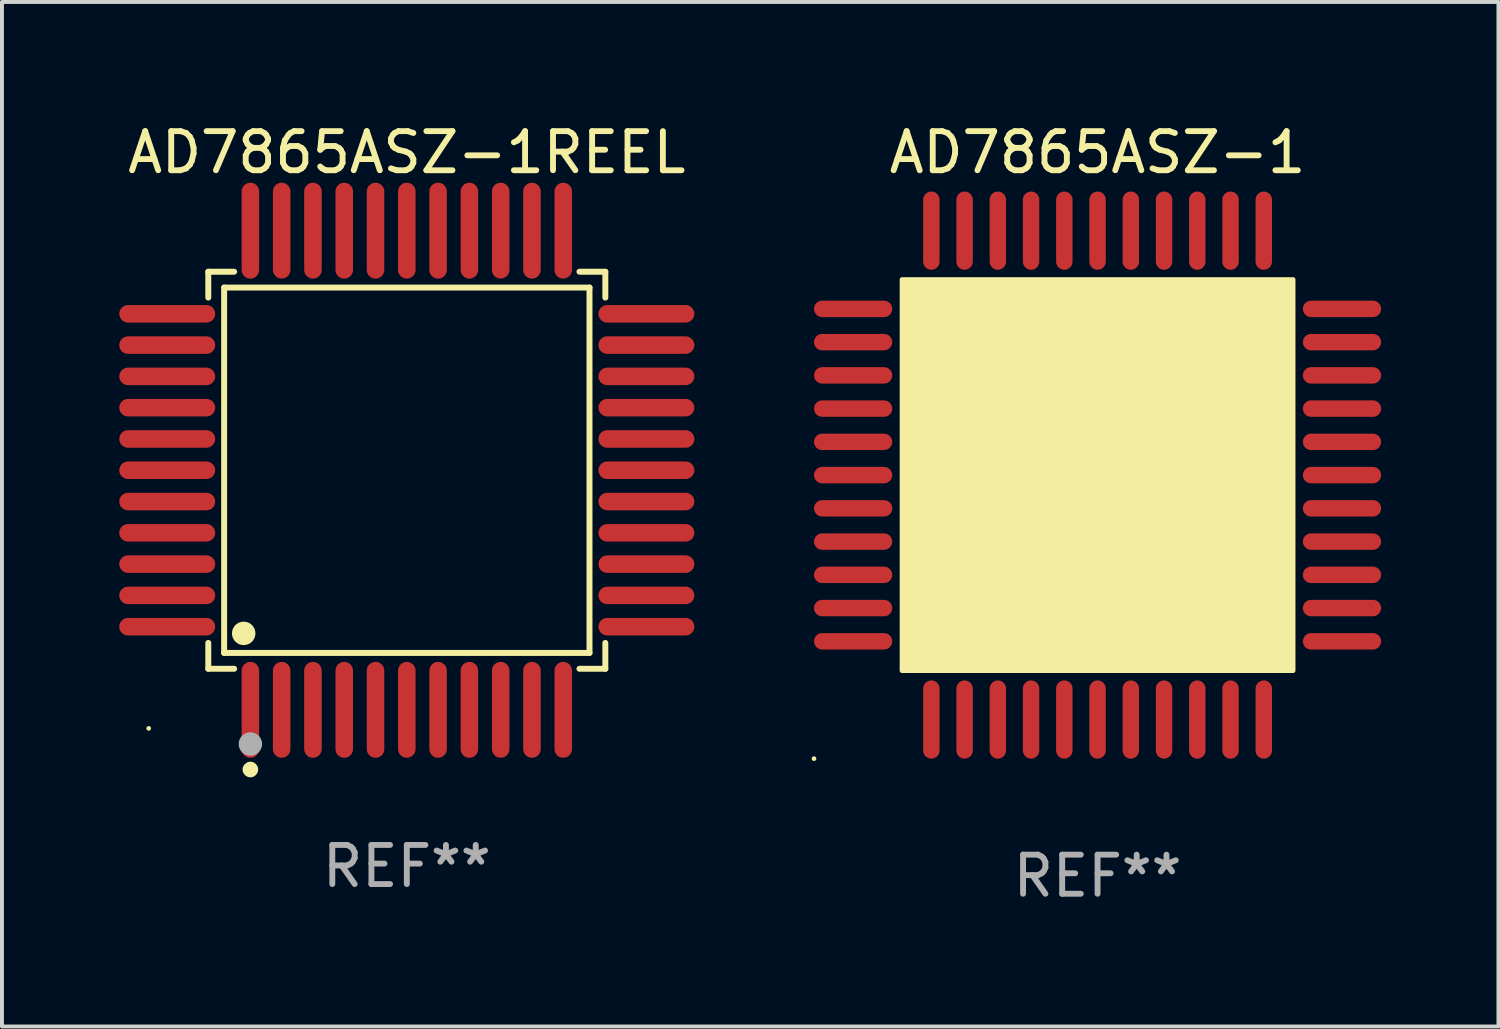
<source format=kicad_pcb>
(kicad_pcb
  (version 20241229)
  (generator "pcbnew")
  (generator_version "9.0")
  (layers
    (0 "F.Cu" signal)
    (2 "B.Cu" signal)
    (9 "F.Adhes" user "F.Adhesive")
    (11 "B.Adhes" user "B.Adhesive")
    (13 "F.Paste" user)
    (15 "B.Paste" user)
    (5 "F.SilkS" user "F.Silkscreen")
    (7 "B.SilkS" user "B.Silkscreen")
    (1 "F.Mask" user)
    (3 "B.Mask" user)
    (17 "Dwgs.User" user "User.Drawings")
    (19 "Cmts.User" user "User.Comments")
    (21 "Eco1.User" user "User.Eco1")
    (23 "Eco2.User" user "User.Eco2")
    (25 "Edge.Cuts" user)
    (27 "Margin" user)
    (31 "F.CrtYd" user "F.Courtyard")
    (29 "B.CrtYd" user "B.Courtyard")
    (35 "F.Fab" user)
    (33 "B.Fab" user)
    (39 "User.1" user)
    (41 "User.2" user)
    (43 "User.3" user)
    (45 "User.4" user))
  (footprint "AD7865ASZ-1REEL"
    (layer "F.Cu")
    (at 7.352 8.974)
    (property "Reference" "AD7865ASZ-1REEL" (at 0 -8.126 0) (layer "F.SilkS") (effects (font (size 1 1) (thickness 0.15))))
    (attr through_hole)
    (fp_line (start -5.076 -5.076) (end -4.415 -5.076) (stroke (width 0.152) (type solid)) (layer "F.SilkS"))
    (fp_line (start -5.076 -4.415) (end -5.076 -5.076) (stroke (width 0.152) (type solid)) (layer "F.SilkS"))
    (fp_line (start -5.076 4.415) (end -5.076 5.076) (stroke (width 0.152) (type solid)) (layer "F.SilkS"))
    (fp_line (start -5.076 5.076) (end -4.415 5.076) (stroke (width 0.152) (type solid)) (layer "F.SilkS"))
    (fp_line (start -4.671 -4.671) (end 4.671 -4.671) (stroke (width 0.152) (type solid)) (layer "F.SilkS"))
    (fp_line (start -4.671 4.671) (end -4.671 -4.671) (stroke (width 0.152) (type solid)) (layer "F.SilkS"))
    (fp_line (start 4.671 -4.671) (end 4.671 4.671) (stroke (width 0.152) (type solid)) (layer "F.SilkS"))
    (fp_line (start 4.671 4.671) (end -4.671 4.671) (stroke (width 0.152) (type solid)) (layer "F.SilkS"))
    (fp_line (start 5.076 -5.076) (end 4.415 -5.076) (stroke (width 0.152) (type solid)) (layer "F.SilkS"))
    (fp_line (start 5.076 -4.415) (end 5.076 -5.076) (stroke (width 0.152) (type solid)) (layer "F.SilkS"))
    (fp_line (start 5.076 4.415) (end 5.076 5.076) (stroke (width 0.152) (type solid)) (layer "F.SilkS"))
    (fp_line (start 5.076 5.076) (end 4.415 5.076) (stroke (width 0.152) (type solid)) (layer "F.SilkS"))
    (fp_circle (center -6.6 6.6) (end -6.57 6.6) (stroke (width 0.06) (type solid)) (fill no) (layer "F.SilkS"))
    (fp_circle (center -4.171 4.171) (end -4.021 4.171) (stroke (width 0.3) (type solid)) (fill no) (layer "F.SilkS"))
    (fp_circle (center -4 7.652) (end -3.9 7.652) (stroke (width 0.2) (type solid)) (fill no) (layer "F.SilkS"))
    (fp_circle (center -4 7) (end -3.85 7) (stroke (width 0.3) (type solid)) (fill no) (layer "F.Fab"))
    (fp_text user "REF**" (at 0 10.126 0) (layer "F.Fab") (effects (font (size 1 1) (thickness 0.15))))
    (pad "1" smd oval (at -4 6.126) (size 0.448 2.452) (layers "F.Cu" "F.Mask" "F.Paste"))
    (pad "2" smd oval (at -3.2 6.126) (size 0.448 2.452) (layers "F.Cu" "F.Mask" "F.Paste"))
    (pad "3" smd oval (at -2.4 6.126) (size 0.448 2.452) (layers "F.Cu" "F.Mask" "F.Paste"))
    (pad "4" smd oval (at -1.6 6.126) (size 0.448 2.452) (layers "F.Cu" "F.Mask" "F.Paste"))
    (pad "5" smd oval (at -0.8 6.126) (size 0.448 2.452) (layers "F.Cu" "F.Mask" "F.Paste"))
    (pad "6" smd oval (at 0 6.126) (size 0.448 2.452) (layers "F.Cu" "F.Mask" "F.Paste"))
    (pad "7" smd oval (at 0.8 6.126) (size 0.448 2.452) (layers "F.Cu" "F.Mask" "F.Paste"))
    (pad "8" smd oval (at 1.6 6.126) (size 0.448 2.452) (layers "F.Cu" "F.Mask" "F.Paste"))
    (pad "9" smd oval (at 2.4 6.126) (size 0.448 2.452) (layers "F.Cu" "F.Mask" "F.Paste"))
    (pad "10" smd oval (at 3.2 6.126) (size 0.448 2.452) (layers "F.Cu" "F.Mask" "F.Paste"))
    (pad "11" smd oval (at 4 6.126) (size 0.448 2.452) (layers "F.Cu" "F.Mask" "F.Paste"))
    (pad "12" smd oval (at 6.126 4) (size 2.452 0.448) (layers "F.Cu" "F.Mask" "F.Paste"))
    (pad "13" smd oval (at 6.126 3.2) (size 2.452 0.448) (layers "F.Cu" "F.Mask" "F.Paste"))
    (pad "14" smd oval (at 6.126 2.4) (size 2.452 0.448) (layers "F.Cu" "F.Mask" "F.Paste"))
    (pad "15" smd oval (at 6.126 1.6) (size 2.452 0.448) (layers "F.Cu" "F.Mask" "F.Paste"))
    (pad "16" smd oval (at 6.126 0.8) (size 2.452 0.448) (layers "F.Cu" "F.Mask" "F.Paste"))
    (pad "17" smd oval (at 6.126 0) (size 2.452 0.448) (layers "F.Cu" "F.Mask" "F.Paste"))
    (pad "18" smd oval (at 6.126 -0.8) (size 2.452 0.448) (layers "F.Cu" "F.Mask" "F.Paste"))
    (pad "19" smd oval (at 6.126 -1.6) (size 2.452 0.448) (layers "F.Cu" "F.Mask" "F.Paste"))
    (pad "20" smd oval (at 6.126 -2.4) (size 2.452 0.448) (layers "F.Cu" "F.Mask" "F.Paste"))
    (pad "21" smd oval (at 6.126 -3.2) (size 2.452 0.448) (layers "F.Cu" "F.Mask" "F.Paste"))
    (pad "22" smd oval (at 6.126 -4) (size 2.452 0.448) (layers "F.Cu" "F.Mask" "F.Paste"))
    (pad "23" smd oval (at 4 -6.126) (size 0.448 2.452) (layers "F.Cu" "F.Mask" "F.Paste"))
    (pad "24" smd oval (at 3.2 -6.126) (size 0.448 2.452) (layers "F.Cu" "F.Mask" "F.Paste"))
    (pad "25" smd oval (at 2.4 -6.126) (size 0.448 2.452) (layers "F.Cu" "F.Mask" "F.Paste"))
    (pad "26" smd oval (at 1.6 -6.126) (size 0.448 2.452) (layers "F.Cu" "F.Mask" "F.Paste"))
    (pad "27" smd oval (at 0.8 -6.126) (size 0.448 2.452) (layers "F.Cu" "F.Mask" "F.Paste"))
    (pad "28" smd oval (at 0 -6.126) (size 0.448 2.452) (layers "F.Cu" "F.Mask" "F.Paste"))
    (pad "29" smd oval (at -0.8 -6.126) (size 0.448 2.452) (layers "F.Cu" "F.Mask" "F.Paste"))
    (pad "30" smd oval (at -1.6 -6.126) (size 0.448 2.452) (layers "F.Cu" "F.Mask" "F.Paste"))
    (pad "31" smd oval (at -2.4 -6.126) (size 0.448 2.452) (layers "F.Cu" "F.Mask" "F.Paste"))
    (pad "32" smd oval (at -3.2 -6.126) (size 0.448 2.452) (layers "F.Cu" "F.Mask" "F.Paste"))
    (pad "33" smd oval (at -4 -6.126) (size 0.448 2.452) (layers "F.Cu" "F.Mask" "F.Paste"))
    (pad "34" smd oval (at -6.126 -4) (size 2.452 0.448) (layers "F.Cu" "F.Mask" "F.Paste"))
    (pad "35" smd oval (at -6.126 -3.2) (size 2.452 0.448) (layers "F.Cu" "F.Mask" "F.Paste"))
    (pad "36" smd oval (at -6.126 -2.4) (size 2.452 0.448) (layers "F.Cu" "F.Mask" "F.Paste"))
    (pad "37" smd oval (at -6.126 -1.6) (size 2.452 0.448) (layers "F.Cu" "F.Mask" "F.Paste"))
    (pad "38" smd oval (at -6.126 -0.8) (size 2.452 0.448) (layers "F.Cu" "F.Mask" "F.Paste"))
    (pad "39" smd oval (at -6.126 0) (size 2.452 0.448) (layers "F.Cu" "F.Mask" "F.Paste"))
    (pad "40" smd oval (at -6.126 0.8) (size 2.452 0.448) (layers "F.Cu" "F.Mask" "F.Paste"))
    (pad "41" smd oval (at -6.126 1.6) (size 2.452 0.448) (layers "F.Cu" "F.Mask" "F.Paste"))
    (pad "42" smd oval (at -6.126 2.4) (size 2.452 0.448) (layers "F.Cu" "F.Mask" "F.Paste"))
    (pad "43" smd oval (at -6.126 3.2) (size 2.452 0.448) (layers "F.Cu" "F.Mask" "F.Paste"))
    (pad "44" smd oval (at -6.126 4) (size 2.452 0.448) (layers "F.Cu" "F.Mask" "F.Paste")))
  (footprint "AD7865ASZ-1"
    (layer "F.Cu")
    (at 25.014 9.098)
    (property "Reference" "AD7865ASZ-1" (at 0 -8.25 0) (layer "F.SilkS") (effects (font (size 1 1) (thickness 0.15))))
    (attr through_hole)
    (fp_arc (start -3.449327 3.149606) (mid -3.446787 3.149595) (end -3.444247 3.149606) (stroke (width 0.6) (type solid)) (layer "F.SilkS"))
    (fp_circle (center -7.25 7.25) (end -7.22 7.25) (stroke (width 0.06) (type solid)) (fill no) (layer "F.SilkS"))
    (fp_poly (pts (xy -5 -5) (xy 5 -5) (xy 5 5) (xy -5 5)) (stroke (width 0.12) (type solid)) (fill yes) (layer "F.SilkS"))
    (fp_text user "REF**" (at 0 10.25 0) (layer "F.Fab") (effects (font (size 1 1) (thickness 0.15))))
    (pad "1" smd oval (at -4.25 6.25) (size 0.42 2) (layers "F.Cu" "F.Mask" "F.Paste"))
    (pad "2" smd oval (at -3.4 6.25) (size 0.42 2) (layers "F.Cu" "F.Mask" "F.Paste"))
    (pad "3" smd oval (at -2.55 6.25) (size 0.42 2) (layers "F.Cu" "F.Mask" "F.Paste"))
    (pad "4" smd oval (at -1.7 6.25) (size 0.42 2) (layers "F.Cu" "F.Mask" "F.Paste"))
    (pad "5" smd oval (at -0.85 6.25) (size 0.42 2) (layers "F.Cu" "F.Mask" "F.Paste"))
    (pad "6" smd oval (at 0 6.25) (size 0.42 2) (layers "F.Cu" "F.Mask" "F.Paste"))
    (pad "7" smd oval (at 0.85 6.25) (size 0.42 2) (layers "F.Cu" "F.Mask" "F.Paste"))
    (pad "8" smd oval (at 1.7 6.25) (size 0.42 2) (layers "F.Cu" "F.Mask" "F.Paste"))
    (pad "9" smd oval (at 2.55 6.25) (size 0.42 2) (layers "F.Cu" "F.Mask" "F.Paste"))
    (pad "10" smd oval (at 3.4 6.25) (size 0.42 2) (layers "F.Cu" "F.Mask" "F.Paste"))
    (pad "11" smd oval (at 4.25 6.25) (size 0.42 2) (layers "F.Cu" "F.Mask" "F.Paste"))
    (pad "12" smd oval (at 6.25 4.25 270) (size 0.42 2) (layers "F.Cu" "F.Mask" "F.Paste"))
    (pad "13" smd oval (at 6.25 3.4 270) (size 0.42 2) (layers "F.Cu" "F.Mask" "F.Paste"))
    (pad "14" smd oval (at 6.25 2.55 270) (size 0.42 2) (layers "F.Cu" "F.Mask" "F.Paste"))
    (pad "15" smd oval (at 6.25 1.7 270) (size 0.42 2) (layers "F.Cu" "F.Mask" "F.Paste"))
    (pad "16" smd oval (at 6.25 0.85 270) (size 0.42 2) (layers "F.Cu" "F.Mask" "F.Paste"))
    (pad "17" smd oval (at 6.25 0 270) (size 0.42 2) (layers "F.Cu" "F.Mask" "F.Paste"))
    (pad "18" smd oval (at 6.25 -0.85 270) (size 0.42 2) (layers "F.Cu" "F.Mask" "F.Paste"))
    (pad "19" smd oval (at 6.25 -1.7 270) (size 0.42 2) (layers "F.Cu" "F.Mask" "F.Paste"))
    (pad "20" smd oval (at 6.25 -2.55 270) (size 0.42 2) (layers "F.Cu" "F.Mask" "F.Paste"))
    (pad "21" smd oval (at 6.25 -3.4 270) (size 0.42 2) (layers "F.Cu" "F.Mask" "F.Paste"))
    (pad "22" smd oval (at 6.25 -4.25 270) (size 0.42 2) (layers "F.Cu" "F.Mask" "F.Paste"))
    (pad "23" smd oval (at 4.25 -6.25) (size 0.42 2) (layers "F.Cu" "F.Mask" "F.Paste"))
    (pad "24" smd oval (at 3.4 -6.25) (size 0.42 2) (layers "F.Cu" "F.Mask" "F.Paste"))
    (pad "25" smd oval (at 2.55 -6.25) (size 0.42 2) (layers "F.Cu" "F.Mask" "F.Paste"))
    (pad "26" smd oval (at 1.7 -6.25) (size 0.42 2) (layers "F.Cu" "F.Mask" "F.Paste"))
    (pad "27" smd oval (at 0.85 -6.25) (size 0.42 2) (layers "F.Cu" "F.Mask" "F.Paste"))
    (pad "28" smd oval (at 0 -6.25) (size 0.42 2) (layers "F.Cu" "F.Mask" "F.Paste"))
    (pad "29" smd oval (at -0.85 -6.25) (size 0.42 2) (layers "F.Cu" "F.Mask" "F.Paste"))
    (pad "30" smd oval (at -1.7 -6.25) (size 0.42 2) (layers "F.Cu" "F.Mask" "F.Paste"))
    (pad "31" smd oval (at -2.55 -6.25) (size 0.42 2) (layers "F.Cu" "F.Mask" "F.Paste"))
    (pad "32" smd oval (at -3.4 -6.25) (size 0.42 2) (layers "F.Cu" "F.Mask" "F.Paste"))
    (pad "33" smd oval (at -4.25 -6.25) (size 0.42 2) (layers "F.Cu" "F.Mask" "F.Paste"))
    (pad "34" smd oval (at -6.25 -4.25 270) (size 0.42 2) (layers "F.Cu" "F.Mask" "F.Paste"))
    (pad "35" smd oval (at -6.25 -3.4 270) (size 0.42 2) (layers "F.Cu" "F.Mask" "F.Paste"))
    (pad "36" smd oval (at -6.25 -2.55 270) (size 0.42 2) (layers "F.Cu" "F.Mask" "F.Paste"))
    (pad "37" smd oval (at -6.25 -1.7 270) (size 0.42 2) (layers "F.Cu" "F.Mask" "F.Paste"))
    (pad "38" smd oval (at -6.25 -0.85 270) (size 0.42 2) (layers "F.Cu" "F.Mask" "F.Paste"))
    (pad "39" smd oval (at -6.25 0 270) (size 0.42 2) (layers "F.Cu" "F.Mask" "F.Paste"))
    (pad "40" smd oval (at -6.25 0.85 270) (size 0.42 2) (layers "F.Cu" "F.Mask" "F.Paste"))
    (pad "41" smd oval (at -6.25 1.7 270) (size 0.42 2) (layers "F.Cu" "F.Mask" "F.Paste"))
    (pad "42" smd oval (at -6.25 2.55 270) (size 0.42 2) (layers "F.Cu" "F.Mask" "F.Paste"))
    (pad "43" smd oval (at -6.25 3.4 270) (size 0.42 2) (layers "F.Cu" "F.Mask" "F.Paste"))
    (pad "44" smd oval (at -6.25 4.25 270) (size 0.42 2) (layers "F.Cu" "F.Mask" "F.Paste")))
  (gr_rect
    (start -3 -3)
    (end 35.264 23.196)
    (stroke (width 0.1) (type default))
    (fill no)
    (layer "Edge.Cuts")))
</source>
